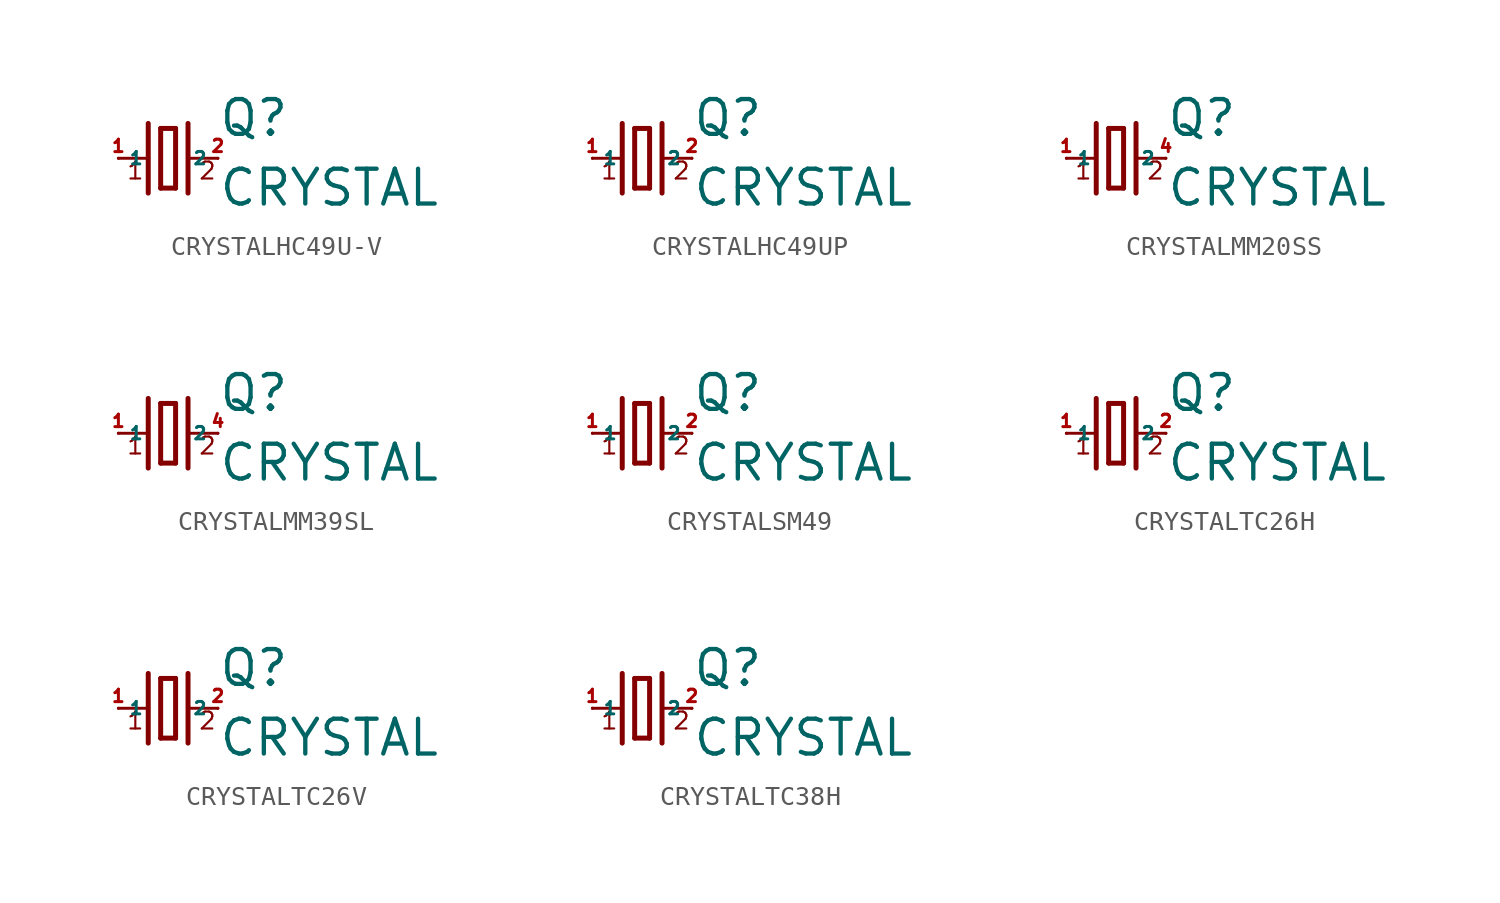
<source format=kicad_sym>
(kicad_symbol_lib
  (version 20220914)
  (generator Eagle2Kicad)
  (symbol "CRYSTALHC49U-V"
    (property "Reference" "Q"
      (at 2.54 1.016 0)
      (effects (font (size 1.778 1.778) (thickness 0.22)) (justify left bottom)))
    (property "Value" "CRYSTAL"
      (at 2.54 -2.54 0)
      (effects (font (size 1.778 1.778) (thickness 0.22)) (justify left bottom)))
    (polyline
      (pts (xy 1.016 0) (xy 2.54 0))
      (stroke (width 0.152) (type default))
      (fill (type none)))
    (polyline
      (pts (xy -2.54 0) (xy -1.016 0))
      (stroke (width 0.152) (type default))
      (fill (type none)))
    (polyline
      (pts (xy -0.381 1.524) (xy -0.381 -1.524))
      (stroke (width 0.254) (type default))
      (fill (type none)))
    (polyline
      (pts (xy -0.381 -1.524) (xy 0.381 -1.524))
      (stroke (width 0.254) (type default))
      (fill (type none)))
    (polyline
      (pts (xy 0.381 -1.524) (xy 0.381 1.524))
      (stroke (width 0.254) (type default))
      (fill (type none)))
    (polyline
      (pts (xy 0.381 1.524) (xy -0.381 1.524))
      (stroke (width 0.254) (type default))
      (fill (type none)))
    (polyline
      (pts (xy 1.016 1.778) (xy 1.016 -1.778))
      (stroke (width 0.254) (type default))
      (fill (type none)))
    (polyline
      (pts (xy -1.016 1.778) (xy -1.016 -1.778))
      (stroke (width 0.254) (type default))
      (fill (type none)))
    (text "1"
      (at -2.159 -1.143 0)
      (effects (font (size 0.864 0.864) (thickness 0.11)) (justify left bottom)))
    (text "2"
      (at 1.524 -1.143 0)
      (effects (font (size 0.864 0.864) (thickness 0.11)) (justify left bottom)))
    (pin passive line
      (at 2.54 0 180)
      (length 0)
      (name "2" (effects (font (size 0.635 0.635) (thickness 0.08)) (justify left bottom)))
      (number "2" (effects (font (size 0.635 0.635) (thickness 0.08)) (justify left bottom))))
    (pin passive line
      (at -2.54 0 0)
      (length 0)
      (name "1" (effects (font (size 0.635 0.635) (thickness 0.08)) (justify left bottom)))
      (number "1" (effects (font (size 0.635 0.635) (thickness 0.08)) (justify left bottom)))))
  (symbol "CRYSTALHC49UP"
    (property "Reference" "Q"
      (at 2.54 1.016 0)
      (effects (font (size 1.778 1.778) (thickness 0.22)) (justify left bottom)))
    (property "Value" "CRYSTAL"
      (at 2.54 -2.54 0)
      (effects (font (size 1.778 1.778) (thickness 0.22)) (justify left bottom)))
    (polyline
      (pts (xy 1.016 0) (xy 2.54 0))
      (stroke (width 0.152) (type default))
      (fill (type none)))
    (polyline
      (pts (xy -2.54 0) (xy -1.016 0))
      (stroke (width 0.152) (type default))
      (fill (type none)))
    (polyline
      (pts (xy -0.381 1.524) (xy -0.381 -1.524))
      (stroke (width 0.254) (type default))
      (fill (type none)))
    (polyline
      (pts (xy -0.381 -1.524) (xy 0.381 -1.524))
      (stroke (width 0.254) (type default))
      (fill (type none)))
    (polyline
      (pts (xy 0.381 -1.524) (xy 0.381 1.524))
      (stroke (width 0.254) (type default))
      (fill (type none)))
    (polyline
      (pts (xy 0.381 1.524) (xy -0.381 1.524))
      (stroke (width 0.254) (type default))
      (fill (type none)))
    (polyline
      (pts (xy 1.016 1.778) (xy 1.016 -1.778))
      (stroke (width 0.254) (type default))
      (fill (type none)))
    (polyline
      (pts (xy -1.016 1.778) (xy -1.016 -1.778))
      (stroke (width 0.254) (type default))
      (fill (type none)))
    (text "1"
      (at -2.159 -1.143 0)
      (effects (font (size 0.864 0.864) (thickness 0.11)) (justify left bottom)))
    (text "2"
      (at 1.524 -1.143 0)
      (effects (font (size 0.864 0.864) (thickness 0.11)) (justify left bottom)))
    (pin passive line
      (at 2.54 0 180)
      (length 0)
      (name "2" (effects (font (size 0.635 0.635) (thickness 0.08)) (justify left bottom)))
      (number "2" (effects (font (size 0.635 0.635) (thickness 0.08)) (justify left bottom))))
    (pin passive line
      (at -2.54 0 0)
      (length 0)
      (name "1" (effects (font (size 0.635 0.635) (thickness 0.08)) (justify left bottom)))
      (number "1" (effects (font (size 0.635 0.635) (thickness 0.08)) (justify left bottom)))))
  (symbol "CRYSTALMM20SS"
    (property "Reference" "Q"
      (at 2.54 1.016 0)
      (effects (font (size 1.778 1.778) (thickness 0.22)) (justify left bottom)))
    (property "Value" "CRYSTAL"
      (at 2.54 -2.54 0)
      (effects (font (size 1.778 1.778) (thickness 0.22)) (justify left bottom)))
    (polyline
      (pts (xy 1.016 0) (xy 2.54 0))
      (stroke (width 0.152) (type default))
      (fill (type none)))
    (polyline
      (pts (xy -2.54 0) (xy -1.016 0))
      (stroke (width 0.152) (type default))
      (fill (type none)))
    (polyline
      (pts (xy -0.381 1.524) (xy -0.381 -1.524))
      (stroke (width 0.254) (type default))
      (fill (type none)))
    (polyline
      (pts (xy -0.381 -1.524) (xy 0.381 -1.524))
      (stroke (width 0.254) (type default))
      (fill (type none)))
    (polyline
      (pts (xy 0.381 -1.524) (xy 0.381 1.524))
      (stroke (width 0.254) (type default))
      (fill (type none)))
    (polyline
      (pts (xy 0.381 1.524) (xy -0.381 1.524))
      (stroke (width 0.254) (type default))
      (fill (type none)))
    (polyline
      (pts (xy 1.016 1.778) (xy 1.016 -1.778))
      (stroke (width 0.254) (type default))
      (fill (type none)))
    (polyline
      (pts (xy -1.016 1.778) (xy -1.016 -1.778))
      (stroke (width 0.254) (type default))
      (fill (type none)))
    (text "1"
      (at -2.159 -1.143 0)
      (effects (font (size 0.864 0.864) (thickness 0.11)) (justify left bottom)))
    (text "2"
      (at 1.524 -1.143 0)
      (effects (font (size 0.864 0.864) (thickness 0.11)) (justify left bottom)))
    (pin passive line
      (at 2.54 0 180)
      (length 0)
      (name "2" (effects (font (size 0.635 0.635) (thickness 0.08)) (justify left bottom)))
      (number "4" (effects (font (size 0.635 0.635) (thickness 0.08)) (justify left bottom))))
    (pin passive line
      (at -2.54 0 0)
      (length 0)
      (name "1" (effects (font (size 0.635 0.635) (thickness 0.08)) (justify left bottom)))
      (number "1" (effects (font (size 0.635 0.635) (thickness 0.08)) (justify left bottom)))))
  (symbol "CRYSTALMM39SL"
    (property "Reference" "Q"
      (at 2.54 1.016 0)
      (effects (font (size 1.778 1.778) (thickness 0.22)) (justify left bottom)))
    (property "Value" "CRYSTAL"
      (at 2.54 -2.54 0)
      (effects (font (size 1.778 1.778) (thickness 0.22)) (justify left bottom)))
    (polyline
      (pts (xy 1.016 0) (xy 2.54 0))
      (stroke (width 0.152) (type default))
      (fill (type none)))
    (polyline
      (pts (xy -2.54 0) (xy -1.016 0))
      (stroke (width 0.152) (type default))
      (fill (type none)))
    (polyline
      (pts (xy -0.381 1.524) (xy -0.381 -1.524))
      (stroke (width 0.254) (type default))
      (fill (type none)))
    (polyline
      (pts (xy -0.381 -1.524) (xy 0.381 -1.524))
      (stroke (width 0.254) (type default))
      (fill (type none)))
    (polyline
      (pts (xy 0.381 -1.524) (xy 0.381 1.524))
      (stroke (width 0.254) (type default))
      (fill (type none)))
    (polyline
      (pts (xy 0.381 1.524) (xy -0.381 1.524))
      (stroke (width 0.254) (type default))
      (fill (type none)))
    (polyline
      (pts (xy 1.016 1.778) (xy 1.016 -1.778))
      (stroke (width 0.254) (type default))
      (fill (type none)))
    (polyline
      (pts (xy -1.016 1.778) (xy -1.016 -1.778))
      (stroke (width 0.254) (type default))
      (fill (type none)))
    (text "1"
      (at -2.159 -1.143 0)
      (effects (font (size 0.864 0.864) (thickness 0.11)) (justify left bottom)))
    (text "2"
      (at 1.524 -1.143 0)
      (effects (font (size 0.864 0.864) (thickness 0.11)) (justify left bottom)))
    (pin passive line
      (at 2.54 0 180)
      (length 0)
      (name "2" (effects (font (size 0.635 0.635) (thickness 0.08)) (justify left bottom)))
      (number "4" (effects (font (size 0.635 0.635) (thickness 0.08)) (justify left bottom))))
    (pin passive line
      (at -2.54 0 0)
      (length 0)
      (name "1" (effects (font (size 0.635 0.635) (thickness 0.08)) (justify left bottom)))
      (number "1" (effects (font (size 0.635 0.635) (thickness 0.08)) (justify left bottom)))))
  (symbol "CRYSTALSM49"
    (property "Reference" "Q"
      (at 2.54 1.016 0)
      (effects (font (size 1.778 1.778) (thickness 0.22)) (justify left bottom)))
    (property "Value" "CRYSTAL"
      (at 2.54 -2.54 0)
      (effects (font (size 1.778 1.778) (thickness 0.22)) (justify left bottom)))
    (polyline
      (pts (xy 1.016 0) (xy 2.54 0))
      (stroke (width 0.152) (type default))
      (fill (type none)))
    (polyline
      (pts (xy -2.54 0) (xy -1.016 0))
      (stroke (width 0.152) (type default))
      (fill (type none)))
    (polyline
      (pts (xy -0.381 1.524) (xy -0.381 -1.524))
      (stroke (width 0.254) (type default))
      (fill (type none)))
    (polyline
      (pts (xy -0.381 -1.524) (xy 0.381 -1.524))
      (stroke (width 0.254) (type default))
      (fill (type none)))
    (polyline
      (pts (xy 0.381 -1.524) (xy 0.381 1.524))
      (stroke (width 0.254) (type default))
      (fill (type none)))
    (polyline
      (pts (xy 0.381 1.524) (xy -0.381 1.524))
      (stroke (width 0.254) (type default))
      (fill (type none)))
    (polyline
      (pts (xy 1.016 1.778) (xy 1.016 -1.778))
      (stroke (width 0.254) (type default))
      (fill (type none)))
    (polyline
      (pts (xy -1.016 1.778) (xy -1.016 -1.778))
      (stroke (width 0.254) (type default))
      (fill (type none)))
    (text "1"
      (at -2.159 -1.143 0)
      (effects (font (size 0.864 0.864) (thickness 0.11)) (justify left bottom)))
    (text "2"
      (at 1.524 -1.143 0)
      (effects (font (size 0.864 0.864) (thickness 0.11)) (justify left bottom)))
    (pin passive line
      (at 2.54 0 180)
      (length 0)
      (name "2" (effects (font (size 0.635 0.635) (thickness 0.08)) (justify left bottom)))
      (number "2" (effects (font (size 0.635 0.635) (thickness 0.08)) (justify left bottom))))
    (pin passive line
      (at -2.54 0 0)
      (length 0)
      (name "1" (effects (font (size 0.635 0.635) (thickness 0.08)) (justify left bottom)))
      (number "1" (effects (font (size 0.635 0.635) (thickness 0.08)) (justify left bottom)))))
  (symbol "CRYSTALTC26H"
    (property "Reference" "Q"
      (at 2.54 1.016 0)
      (effects (font (size 1.778 1.778) (thickness 0.22)) (justify left bottom)))
    (property "Value" "CRYSTAL"
      (at 2.54 -2.54 0)
      (effects (font (size 1.778 1.778) (thickness 0.22)) (justify left bottom)))
    (polyline
      (pts (xy 1.016 0) (xy 2.54 0))
      (stroke (width 0.152) (type default))
      (fill (type none)))
    (polyline
      (pts (xy -2.54 0) (xy -1.016 0))
      (stroke (width 0.152) (type default))
      (fill (type none)))
    (polyline
      (pts (xy -0.381 1.524) (xy -0.381 -1.524))
      (stroke (width 0.254) (type default))
      (fill (type none)))
    (polyline
      (pts (xy -0.381 -1.524) (xy 0.381 -1.524))
      (stroke (width 0.254) (type default))
      (fill (type none)))
    (polyline
      (pts (xy 0.381 -1.524) (xy 0.381 1.524))
      (stroke (width 0.254) (type default))
      (fill (type none)))
    (polyline
      (pts (xy 0.381 1.524) (xy -0.381 1.524))
      (stroke (width 0.254) (type default))
      (fill (type none)))
    (polyline
      (pts (xy 1.016 1.778) (xy 1.016 -1.778))
      (stroke (width 0.254) (type default))
      (fill (type none)))
    (polyline
      (pts (xy -1.016 1.778) (xy -1.016 -1.778))
      (stroke (width 0.254) (type default))
      (fill (type none)))
    (text "1"
      (at -2.159 -1.143 0)
      (effects (font (size 0.864 0.864) (thickness 0.11)) (justify left bottom)))
    (text "2"
      (at 1.524 -1.143 0)
      (effects (font (size 0.864 0.864) (thickness 0.11)) (justify left bottom)))
    (pin passive line
      (at 2.54 0 180)
      (length 0)
      (name "2" (effects (font (size 0.635 0.635) (thickness 0.08)) (justify left bottom)))
      (number "2" (effects (font (size 0.635 0.635) (thickness 0.08)) (justify left bottom))))
    (pin passive line
      (at -2.54 0 0)
      (length 0)
      (name "1" (effects (font (size 0.635 0.635) (thickness 0.08)) (justify left bottom)))
      (number "1" (effects (font (size 0.635 0.635) (thickness 0.08)) (justify left bottom)))))
  (symbol "CRYSTALTC26V"
    (property "Reference" "Q"
      (at 2.54 1.016 0)
      (effects (font (size 1.778 1.778) (thickness 0.22)) (justify left bottom)))
    (property "Value" "CRYSTAL"
      (at 2.54 -2.54 0)
      (effects (font (size 1.778 1.778) (thickness 0.22)) (justify left bottom)))
    (polyline
      (pts (xy 1.016 0) (xy 2.54 0))
      (stroke (width 0.152) (type default))
      (fill (type none)))
    (polyline
      (pts (xy -2.54 0) (xy -1.016 0))
      (stroke (width 0.152) (type default))
      (fill (type none)))
    (polyline
      (pts (xy -0.381 1.524) (xy -0.381 -1.524))
      (stroke (width 0.254) (type default))
      (fill (type none)))
    (polyline
      (pts (xy -0.381 -1.524) (xy 0.381 -1.524))
      (stroke (width 0.254) (type default))
      (fill (type none)))
    (polyline
      (pts (xy 0.381 -1.524) (xy 0.381 1.524))
      (stroke (width 0.254) (type default))
      (fill (type none)))
    (polyline
      (pts (xy 0.381 1.524) (xy -0.381 1.524))
      (stroke (width 0.254) (type default))
      (fill (type none)))
    (polyline
      (pts (xy 1.016 1.778) (xy 1.016 -1.778))
      (stroke (width 0.254) (type default))
      (fill (type none)))
    (polyline
      (pts (xy -1.016 1.778) (xy -1.016 -1.778))
      (stroke (width 0.254) (type default))
      (fill (type none)))
    (text "1"
      (at -2.159 -1.143 0)
      (effects (font (size 0.864 0.864) (thickness 0.11)) (justify left bottom)))
    (text "2"
      (at 1.524 -1.143 0)
      (effects (font (size 0.864 0.864) (thickness 0.11)) (justify left bottom)))
    (pin passive line
      (at 2.54 0 180)
      (length 0)
      (name "2" (effects (font (size 0.635 0.635) (thickness 0.08)) (justify left bottom)))
      (number "2" (effects (font (size 0.635 0.635) (thickness 0.08)) (justify left bottom))))
    (pin passive line
      (at -2.54 0 0)
      (length 0)
      (name "1" (effects (font (size 0.635 0.635) (thickness 0.08)) (justify left bottom)))
      (number "1" (effects (font (size 0.635 0.635) (thickness 0.08)) (justify left bottom)))))
  (symbol "CRYSTALTC38H"
    (property "Reference" "Q"
      (at 2.54 1.016 0)
      (effects (font (size 1.778 1.778) (thickness 0.22)) (justify left bottom)))
    (property "Value" "CRYSTAL"
      (at 2.54 -2.54 0)
      (effects (font (size 1.778 1.778) (thickness 0.22)) (justify left bottom)))
    (polyline
      (pts (xy 1.016 0) (xy 2.54 0))
      (stroke (width 0.152) (type default))
      (fill (type none)))
    (polyline
      (pts (xy -2.54 0) (xy -1.016 0))
      (stroke (width 0.152) (type default))
      (fill (type none)))
    (polyline
      (pts (xy -0.381 1.524) (xy -0.381 -1.524))
      (stroke (width 0.254) (type default))
      (fill (type none)))
    (polyline
      (pts (xy -0.381 -1.524) (xy 0.381 -1.524))
      (stroke (width 0.254) (type default))
      (fill (type none)))
    (polyline
      (pts (xy 0.381 -1.524) (xy 0.381 1.524))
      (stroke (width 0.254) (type default))
      (fill (type none)))
    (polyline
      (pts (xy 0.381 1.524) (xy -0.381 1.524))
      (stroke (width 0.254) (type default))
      (fill (type none)))
    (polyline
      (pts (xy 1.016 1.778) (xy 1.016 -1.778))
      (stroke (width 0.254) (type default))
      (fill (type none)))
    (polyline
      (pts (xy -1.016 1.778) (xy -1.016 -1.778))
      (stroke (width 0.254) (type default))
      (fill (type none)))
    (text "1"
      (at -2.159 -1.143 0)
      (effects (font (size 0.864 0.864) (thickness 0.11)) (justify left bottom)))
    (text "2"
      (at 1.524 -1.143 0)
      (effects (font (size 0.864 0.864) (thickness 0.11)) (justify left bottom)))
    (pin passive line
      (at 2.54 0 180)
      (length 0)
      (name "2" (effects (font (size 0.635 0.635) (thickness 0.08)) (justify left bottom)))
      (number "2" (effects (font (size 0.635 0.635) (thickness 0.08)) (justify left bottom))))
    (pin passive line
      (at -2.54 0 0)
      (length 0)
      (name "1" (effects (font (size 0.635 0.635) (thickness 0.08)) (justify left bottom)))
      (number "1" (effects (font (size 0.635 0.635) (thickness 0.08)) (justify left bottom))))))
</source>
